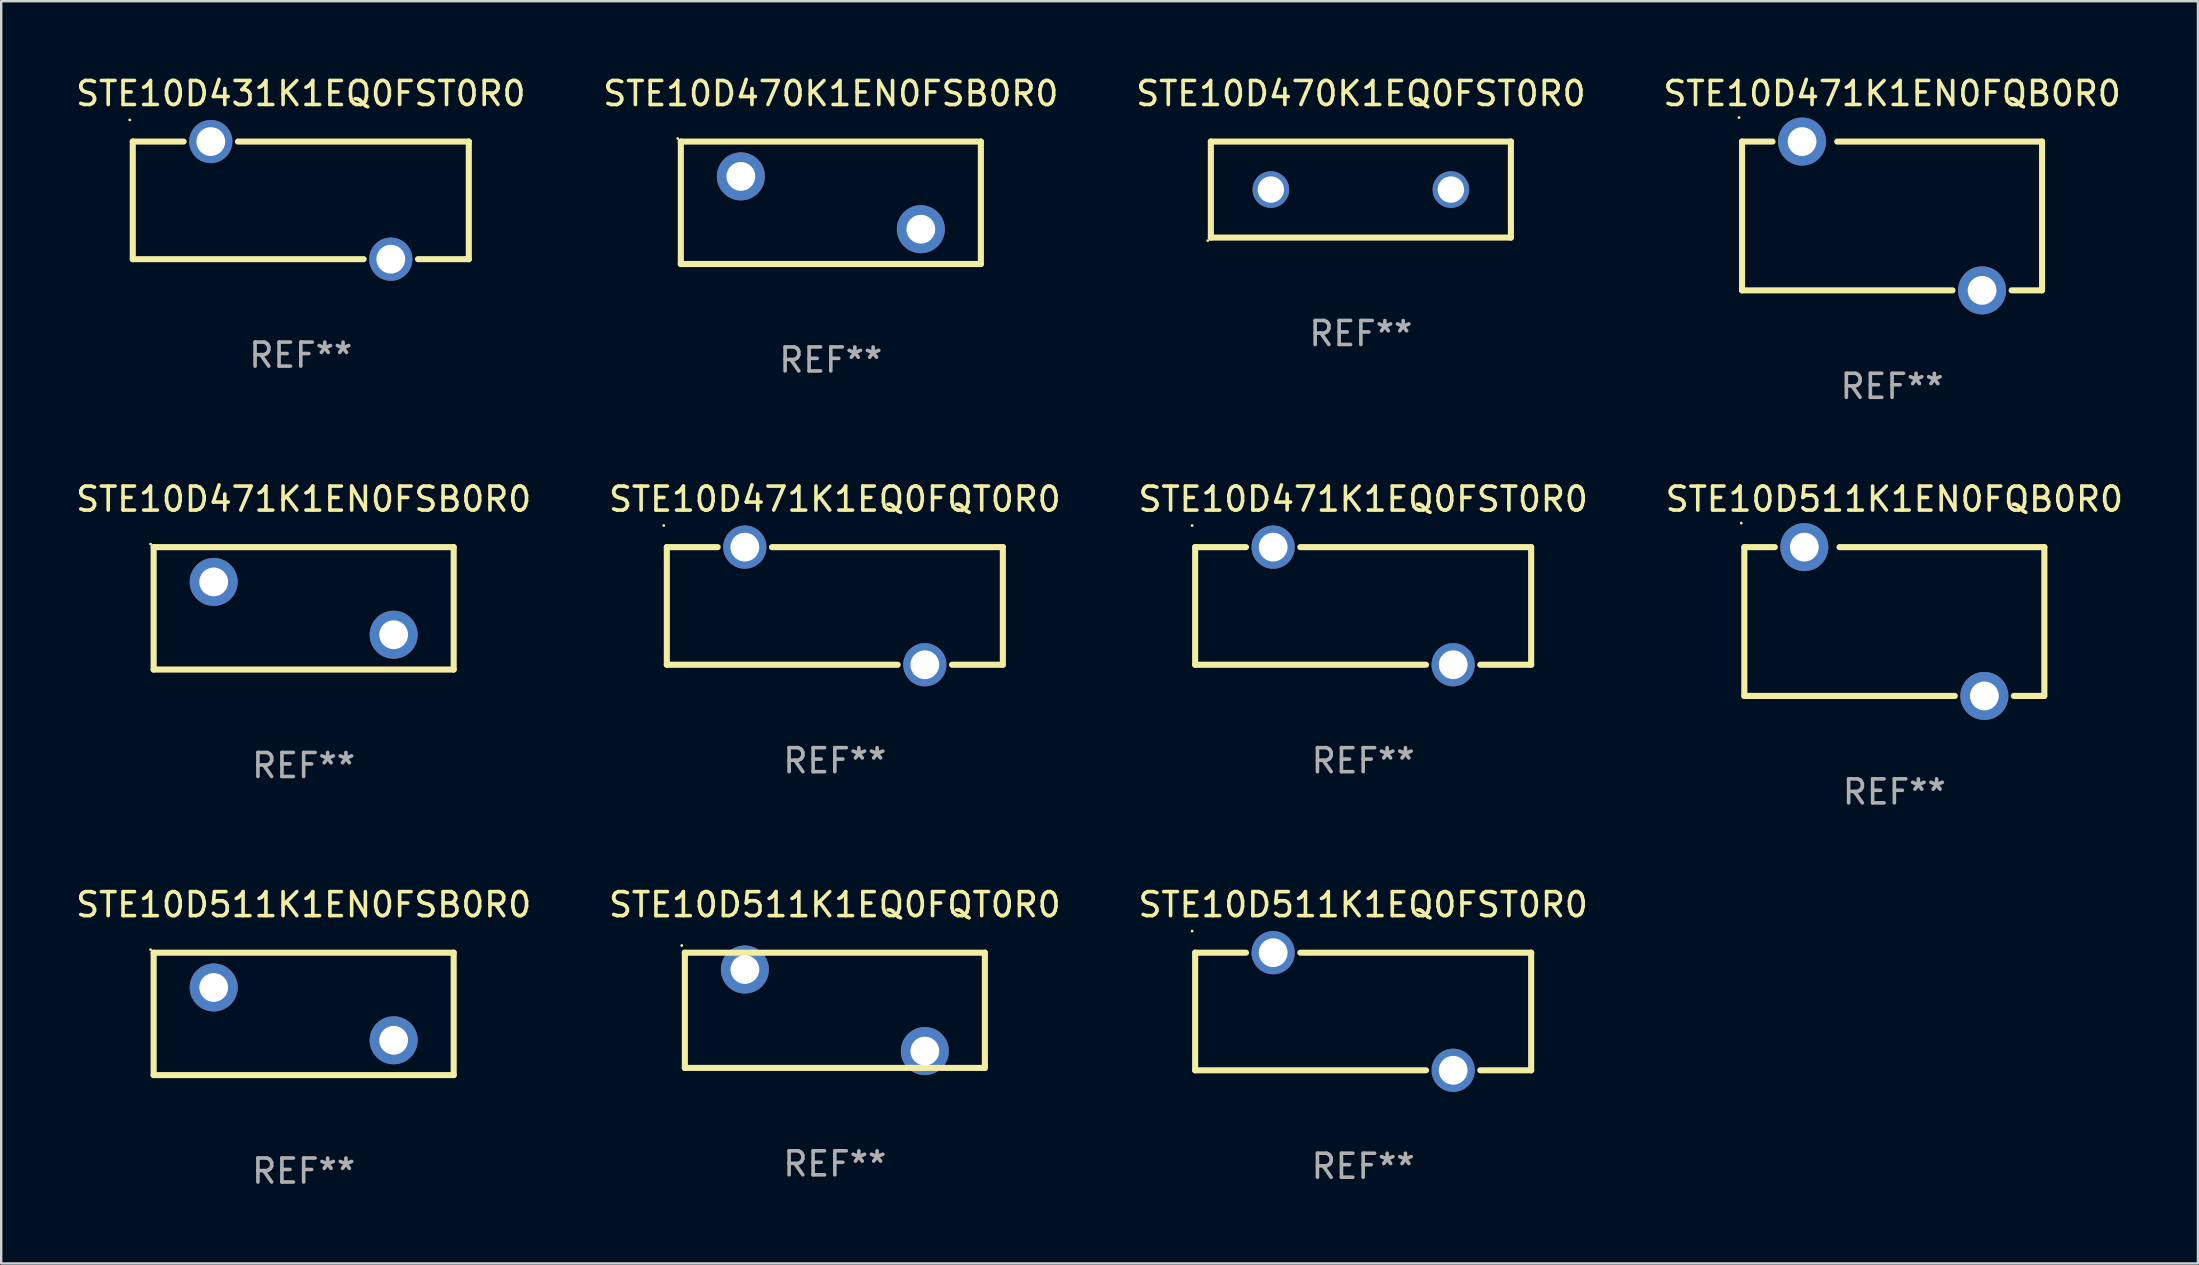
<source format=kicad_pcb>
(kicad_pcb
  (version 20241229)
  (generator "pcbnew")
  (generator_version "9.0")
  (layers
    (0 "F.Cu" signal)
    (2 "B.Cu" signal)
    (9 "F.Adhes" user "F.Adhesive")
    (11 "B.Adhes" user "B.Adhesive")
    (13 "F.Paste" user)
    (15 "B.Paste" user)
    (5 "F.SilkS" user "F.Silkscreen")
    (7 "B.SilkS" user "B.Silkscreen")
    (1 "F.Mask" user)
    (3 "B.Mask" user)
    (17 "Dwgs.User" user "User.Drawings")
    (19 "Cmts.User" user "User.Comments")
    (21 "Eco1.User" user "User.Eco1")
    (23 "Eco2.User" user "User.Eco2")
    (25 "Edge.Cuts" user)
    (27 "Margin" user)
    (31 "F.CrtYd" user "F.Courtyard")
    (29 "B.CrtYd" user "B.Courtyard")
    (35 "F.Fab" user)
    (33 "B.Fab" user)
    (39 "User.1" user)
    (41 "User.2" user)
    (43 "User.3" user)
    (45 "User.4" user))
  (footprint "STE10D470K1EQ0FST0R0"
    (layer "F.Cu")
    (at 53.649 4.848)
    (property "Reference" "STE10D470K1EQ0FST0R0" (at 0 -4 0) (layer "F.SilkS") (effects (font (size 1 1) (thickness 0.15))))
    (attr through_hole)
    (fp_line (start -6.25 -2) (end 6.25 -2) (stroke (width 0.254) (type solid)) (layer "F.SilkS"))
    (fp_line (start -6.25 2) (end -6.25 -2) (stroke (width 0.254) (type solid)) (layer "F.SilkS"))
    (fp_line (start 6.25 -2) (end 6.25 2) (stroke (width 0.254) (type solid)) (layer "F.SilkS"))
    (fp_line (start 6.25 2) (end -6.25 2) (stroke (width 0.254) (type solid)) (layer "F.SilkS"))
    (fp_circle (center -6.377 2.127) (end -6.347 2.127) (stroke (width 0.06) (type solid)) (fill no) (layer "F.SilkS"))
    (fp_text user "REF**" (at 0 6 0) (layer "F.Fab") (effects (font (size 1 1) (thickness 0.15))))
    (pad "1" thru_hole circle (at -3.75 0) (size 1.524 1.524) (drill 1.1) (layers "*.Cu" "*.Mask"))
    (pad "2" thru_hole circle (at 3.75 0) (size 1.524 1.524) (drill 1.1) (layers "*.Cu" "*.Mask")))
  (footprint "STE10D511K1EQ0FQT0R0"
    (layer "F.Cu")
    (at 31.732 39.042)
    (property "Reference" "STE10D511K1EQ0FQT0R0" (at 0 -4.4 0) (layer "F.SilkS") (effects (font (size 1 1) (thickness 0.15))))
    (attr through_hole)
    (fp_line (start -6.249 -2.4) (end 6.251 -2.4) (stroke (width 0.254) (type solid)) (layer "F.SilkS"))
    (fp_line (start -6.249 2.4) (end -6.249 -2.4) (stroke (width 0.254) (type solid)) (layer "F.SilkS"))
    (fp_line (start 6.251 -2.4) (end 6.251 2.4) (stroke (width 0.254) (type solid)) (layer "F.SilkS"))
    (fp_line (start 6.251 2.4) (end -6.251 2.4) (stroke (width 0.254) (type solid)) (layer "F.SilkS"))
    (fp_circle (center -6.378 -2.699) (end -6.348 -2.699) (stroke (width 0.06) (type solid)) (fill no) (layer "F.SilkS"))
    (fp_text user "REF**" (at 0 6.4 0) (layer "F.Fab") (effects (font (size 1 1) (thickness 0.15))))
    (pad "1" thru_hole circle (at -3.748 -1.699) (size 2 2) (drill 1.2) (layers "*.Cu" "*.Mask"))
    (pad "2" thru_hole circle (at 3.75 1.699) (size 2 2) (drill 1.2) (layers "*.Cu" "*.Mask")))
  (footprint "STE10D471K1EQ0FST0R0"
    (layer "F.Cu")
    (at 53.744 22.195)
    (property "Reference" "STE10D471K1EQ0FST0R0" (at 0 -4.45 0) (layer "F.SilkS") (effects (font (size 1 1) (thickness 0.15))))
    (attr through_hole)
    (fp_line (start -7 -2.45) (end -4.881 -2.45) (stroke (width 0.254) (type solid)) (layer "F.SilkS"))
    (fp_line (start -7 2.45) (end -7 -2.45) (stroke (width 0.254) (type solid)) (layer "F.SilkS"))
    (fp_line (start -7 2.45) (end 2.619 2.45) (stroke (width 0.254) (type solid)) (layer "F.SilkS"))
    (fp_line (start -2.619 -2.45) (end 7 -2.45) (stroke (width 0.254) (type solid)) (layer "F.SilkS"))
    (fp_line (start 4.881 2.45) (end 7 2.45) (stroke (width 0.254) (type solid)) (layer "F.SilkS"))
    (fp_line (start 7 -2.45) (end 7 2.45) (stroke (width 0.254) (type solid)) (layer "F.SilkS"))
    (fp_circle (center -7.127 -3.35) (end -7.097 -3.35) (stroke (width 0.06) (type solid)) (fill no) (layer "F.SilkS"))
    (fp_text user "REF**" (at 0 6.45 0) (layer "F.Fab") (effects (font (size 1 1) (thickness 0.15))))
    (pad "1" thru_hole circle (at -3.75 -2.45) (size 1.8 1.8) (drill 1.2) (layers "*.Cu" "*.Mask"))
    (pad "2" thru_hole circle (at 3.75 2.45) (size 1.8 1.8) (drill 1.2) (layers "*.Cu" "*.Mask")))
  (footprint "STE10D511K1EN0FQB0R0"
    (layer "F.Cu")
    (at 75.875 22.845)
    (property "Reference" "STE10D511K1EN0FQB0R0" (at 0 -5.1 0) (layer "F.SilkS") (effects (font (size 1 1) (thickness 0.15))))
    (attr through_hole)
    (fp_line (start -6.25 -3.1) (end -6.25 3.1) (stroke (width 0.254) (type solid)) (layer "F.SilkS"))
    (fp_line (start -6.25 -3.1) (end -4.981 -3.1) (stroke (width 0.254) (type solid)) (layer "F.SilkS"))
    (fp_line (start -6.25 3.1) (end 2.519 3.1) (stroke (width 0.254) (type solid)) (layer "F.SilkS"))
    (fp_line (start 4.981 3.1) (end 6.223 3.1) (stroke (width 0.254) (type solid)) (layer "F.SilkS"))
    (fp_line (start 6.25 -3.1) (end -2.286 -3.1) (stroke (width 0.254) (type solid)) (layer "F.SilkS"))
    (fp_line (start 6.25 -3.1) (end 6.25 3.1) (stroke (width 0.254) (type solid)) (layer "F.SilkS"))
    (fp_circle (center -6.377 -4.1) (end -6.347 -4.1) (stroke (width 0.06) (type solid)) (fill no) (layer "F.SilkS"))
    (fp_text user "REF**" (at 0 7.1 0) (layer "F.Fab") (effects (font (size 1 1) (thickness 0.15))))
    (pad "1" thru_hole circle (at -3.75 -3.1) (size 2 2) (drill 1.2) (layers "*.Cu" "*.Mask"))
    (pad "2" thru_hole circle (at 3.75 3.1) (size 2 2) (drill 1.2) (layers "*.Cu" "*.Mask")))
  (footprint "STE10D511K1EN0FSB0R0"
    (layer "F.Cu")
    (at 9.601 39.192)
    (property "Reference" "STE10D511K1EN0FSB0R0" (at 0 -4.55 0) (layer "F.SilkS") (effects (font (size 1 1) (thickness 0.15))))
    (attr through_hole)
    (fp_line (start -6.249 -2.55) (end 6.251 -2.55) (stroke (width 0.254) (type solid)) (layer "F.SilkS"))
    (fp_line (start -6.249 2.55) (end -6.249 -2.55) (stroke (width 0.254) (type solid)) (layer "F.SilkS"))
    (fp_line (start 6.251 -2.55) (end 6.251 2.55) (stroke (width 0.254) (type solid)) (layer "F.SilkS"))
    (fp_line (start 6.251 2.55) (end -6.251 2.55) (stroke (width 0.254) (type solid)) (layer "F.SilkS"))
    (fp_circle (center -6.378 -2.677) (end -6.348 -2.677) (stroke (width 0.06) (type solid)) (fill no) (layer "F.SilkS"))
    (fp_text user "REF**" (at 0 6.55 0) (layer "F.Fab") (effects (font (size 1 1) (thickness 0.15))))
    (pad "1" thru_hole circle (at -3.748 -1.1) (size 2 2) (drill 1.2) (layers "*.Cu" "*.Mask"))
    (pad "2" thru_hole circle (at 3.75 1.1) (size 2 2) (drill 1.2) (layers "*.Cu" "*.Mask")))
  (footprint "STE10D431K1EQ0FST0R0"
    (layer "F.Cu")
    (at 9.482 5.298)
    (property "Reference" "STE10D431K1EQ0FST0R0" (at 0 -4.45 0) (layer "F.SilkS") (effects (font (size 1 1) (thickness 0.15))))
    (attr through_hole)
    (fp_line (start -7 -2.45) (end -4.881 -2.45) (stroke (width 0.254) (type solid)) (layer "F.SilkS"))
    (fp_line (start -7 2.45) (end -7 -2.45) (stroke (width 0.254) (type solid)) (layer "F.SilkS"))
    (fp_line (start -7 2.45) (end 2.619 2.45) (stroke (width 0.254) (type solid)) (layer "F.SilkS"))
    (fp_line (start -2.619 -2.45) (end 7 -2.45) (stroke (width 0.254) (type solid)) (layer "F.SilkS"))
    (fp_line (start 4.881 2.45) (end 7 2.45) (stroke (width 0.254) (type solid)) (layer "F.SilkS"))
    (fp_line (start 7 -2.45) (end 7 2.45) (stroke (width 0.254) (type solid)) (layer "F.SilkS"))
    (fp_circle (center -7.127 -3.35) (end -7.097 -3.35) (stroke (width 0.06) (type solid)) (fill no) (layer "F.SilkS"))
    (fp_text user "REF**" (at 0 6.45 0) (layer "F.Fab") (effects (font (size 1 1) (thickness 0.15))))
    (pad "1" thru_hole circle (at -3.75 -2.45) (size 1.8 1.8) (drill 1.2) (layers "*.Cu" "*.Mask"))
    (pad "2" thru_hole circle (at 3.75 2.45) (size 1.8 1.8) (drill 1.2) (layers "*.Cu" "*.Mask")))
  (footprint "STE10D470K1EN0FSB0R0"
    (layer "F.Cu")
    (at 31.565 5.399)
    (property "Reference" "STE10D470K1EN0FSB0R0" (at 0 -4.55 0) (layer "F.SilkS") (effects (font (size 1 1) (thickness 0.15))))
    (attr through_hole)
    (fp_line (start -6.249 -2.55) (end 6.251 -2.55) (stroke (width 0.254) (type solid)) (layer "F.SilkS"))
    (fp_line (start -6.249 2.55) (end -6.249 -2.55) (stroke (width 0.254) (type solid)) (layer "F.SilkS"))
    (fp_line (start 6.251 -2.55) (end 6.251 2.55) (stroke (width 0.254) (type solid)) (layer "F.SilkS"))
    (fp_line (start 6.251 2.55) (end -6.251 2.55) (stroke (width 0.254) (type solid)) (layer "F.SilkS"))
    (fp_circle (center -6.378 -2.677) (end -6.348 -2.677) (stroke (width 0.06) (type solid)) (fill no) (layer "F.SilkS"))
    (fp_text user "REF**" (at 0 6.55 0) (layer "F.Fab") (effects (font (size 1 1) (thickness 0.15))))
    (pad "1" thru_hole circle (at -3.748 -1.1) (size 2 2) (drill 1.2) (layers "*.Cu" "*.Mask"))
    (pad "2" thru_hole circle (at 3.75 1.1) (size 2 2) (drill 1.2) (layers "*.Cu" "*.Mask")))
  (footprint "STE10D471K1EN0FSB0R0"
    (layer "F.Cu")
    (at 9.601 22.295)
    (property "Reference" "STE10D471K1EN0FSB0R0" (at 0 -4.55 0) (layer "F.SilkS") (effects (font (size 1 1) (thickness 0.15))))
    (attr through_hole)
    (fp_line (start -6.249 -2.55) (end 6.251 -2.55) (stroke (width 0.254) (type solid)) (layer "F.SilkS"))
    (fp_line (start -6.249 2.55) (end -6.249 -2.55) (stroke (width 0.254) (type solid)) (layer "F.SilkS"))
    (fp_line (start 6.251 -2.55) (end 6.251 2.55) (stroke (width 0.254) (type solid)) (layer "F.SilkS"))
    (fp_line (start 6.251 2.55) (end -6.251 2.55) (stroke (width 0.254) (type solid)) (layer "F.SilkS"))
    (fp_circle (center -6.378 -2.677) (end -6.348 -2.677) (stroke (width 0.06) (type solid)) (fill no) (layer "F.SilkS"))
    (fp_text user "REF**" (at 0 6.55 0) (layer "F.Fab") (effects (font (size 1 1) (thickness 0.15))))
    (pad "1" thru_hole circle (at -3.748 -1.1) (size 2 2) (drill 1.2) (layers "*.Cu" "*.Mask"))
    (pad "2" thru_hole circle (at 3.75 1.1) (size 2 2) (drill 1.2) (layers "*.Cu" "*.Mask")))
  (footprint "STE10D471K1EN0FQB0R0"
    (layer "F.Cu")
    (at 75.78 5.948)
    (property "Reference" "STE10D471K1EN0FQB0R0" (at 0 -5.1 0) (layer "F.SilkS") (effects (font (size 1 1) (thickness 0.15))))
    (attr through_hole)
    (fp_line (start -6.25 -3.1) (end -6.25 3.1) (stroke (width 0.254) (type solid)) (layer "F.SilkS"))
    (fp_line (start -6.25 -3.1) (end -4.981 -3.1) (stroke (width 0.254) (type solid)) (layer "F.SilkS"))
    (fp_line (start -6.25 3.1) (end 2.519 3.1) (stroke (width 0.254) (type solid)) (layer "F.SilkS"))
    (fp_line (start 4.981 3.1) (end 6.223 3.1) (stroke (width 0.254) (type solid)) (layer "F.SilkS"))
    (fp_line (start 6.25 -3.1) (end -2.286 -3.1) (stroke (width 0.254) (type solid)) (layer "F.SilkS"))
    (fp_line (start 6.25 -3.1) (end 6.25 3.1) (stroke (width 0.254) (type solid)) (layer "F.SilkS"))
    (fp_circle (center -6.377 -4.1) (end -6.347 -4.1) (stroke (width 0.06) (type solid)) (fill no) (layer "F.SilkS"))
    (fp_text user "REF**" (at 0 7.1 0) (layer "F.Fab") (effects (font (size 1 1) (thickness 0.15))))
    (pad "1" thru_hole circle (at -3.75 -3.1) (size 2 2) (drill 1.2) (layers "*.Cu" "*.Mask"))
    (pad "2" thru_hole circle (at 3.75 3.1) (size 2 2) (drill 1.2) (layers "*.Cu" "*.Mask")))
  (footprint "STE10D471K1EQ0FQT0R0"
    (layer "F.Cu")
    (at 31.732 22.195)
    (property "Reference" "STE10D471K1EQ0FQT0R0" (at 0 -4.45 0) (layer "F.SilkS") (effects (font (size 1 1) (thickness 0.15))))
    (attr through_hole)
    (fp_line (start -7 -2.45) (end -4.881 -2.45) (stroke (width 0.254) (type solid)) (layer "F.SilkS"))
    (fp_line (start -7 2.45) (end -7 -2.45) (stroke (width 0.254) (type solid)) (layer "F.SilkS"))
    (fp_line (start -7 2.45) (end 2.619 2.45) (stroke (width 0.254) (type solid)) (layer "F.SilkS"))
    (fp_line (start -2.619 -2.45) (end 7 -2.45) (stroke (width 0.254) (type solid)) (layer "F.SilkS"))
    (fp_line (start 4.881 2.45) (end 7 2.45) (stroke (width 0.254) (type solid)) (layer "F.SilkS"))
    (fp_line (start 7 -2.45) (end 7 2.45) (stroke (width 0.254) (type solid)) (layer "F.SilkS"))
    (fp_circle (center -7.127 -3.35) (end -7.097 -3.35) (stroke (width 0.06) (type solid)) (fill no) (layer "F.SilkS"))
    (fp_text user "REF**" (at 0 6.45 0) (layer "F.Fab") (effects (font (size 1 1) (thickness 0.15))))
    (pad "1" thru_hole circle (at -3.75 -2.45) (size 1.8 1.8) (drill 1.2) (layers "*.Cu" "*.Mask"))
    (pad "2" thru_hole circle (at 3.75 2.45) (size 1.8 1.8) (drill 1.2) (layers "*.Cu" "*.Mask")))
  (footprint "STE10D511K1EQ0FST0R0"
    (layer "F.Cu")
    (at 53.744 39.092)
    (property "Reference" "STE10D511K1EQ0FST0R0" (at 0 -4.45 0) (layer "F.SilkS") (effects (font (size 1 1) (thickness 0.15))))
    (attr through_hole)
    (fp_line (start -7 -2.45) (end -4.881 -2.45) (stroke (width 0.254) (type solid)) (layer "F.SilkS"))
    (fp_line (start -7 2.45) (end -7 -2.45) (stroke (width 0.254) (type solid)) (layer "F.SilkS"))
    (fp_line (start -7 2.45) (end 2.619 2.45) (stroke (width 0.254) (type solid)) (layer "F.SilkS"))
    (fp_line (start -2.619 -2.45) (end 7 -2.45) (stroke (width 0.254) (type solid)) (layer "F.SilkS"))
    (fp_line (start 4.881 2.45) (end 7 2.45) (stroke (width 0.254) (type solid)) (layer "F.SilkS"))
    (fp_line (start 7 -2.45) (end 7 2.45) (stroke (width 0.254) (type solid)) (layer "F.SilkS"))
    (fp_circle (center -7.127 -3.35) (end -7.097 -3.35) (stroke (width 0.06) (type solid)) (fill no) (layer "F.SilkS"))
    (fp_text user "REF**" (at 0 6.45 0) (layer "F.Fab") (effects (font (size 1 1) (thickness 0.15))))
    (pad "1" thru_hole circle (at -3.75 -2.45) (size 1.8 1.8) (drill 1.2) (layers "*.Cu" "*.Mask"))
    (pad "2" thru_hole circle (at 3.75 2.45) (size 1.8 1.8) (drill 1.2) (layers "*.Cu" "*.Mask")))
  (gr_rect
    (start -3 -3)
    (end 88.524 49.59)
    (stroke (width 0.1) (type default))
    (fill no)
    (layer "Edge.Cuts")))
</source>
